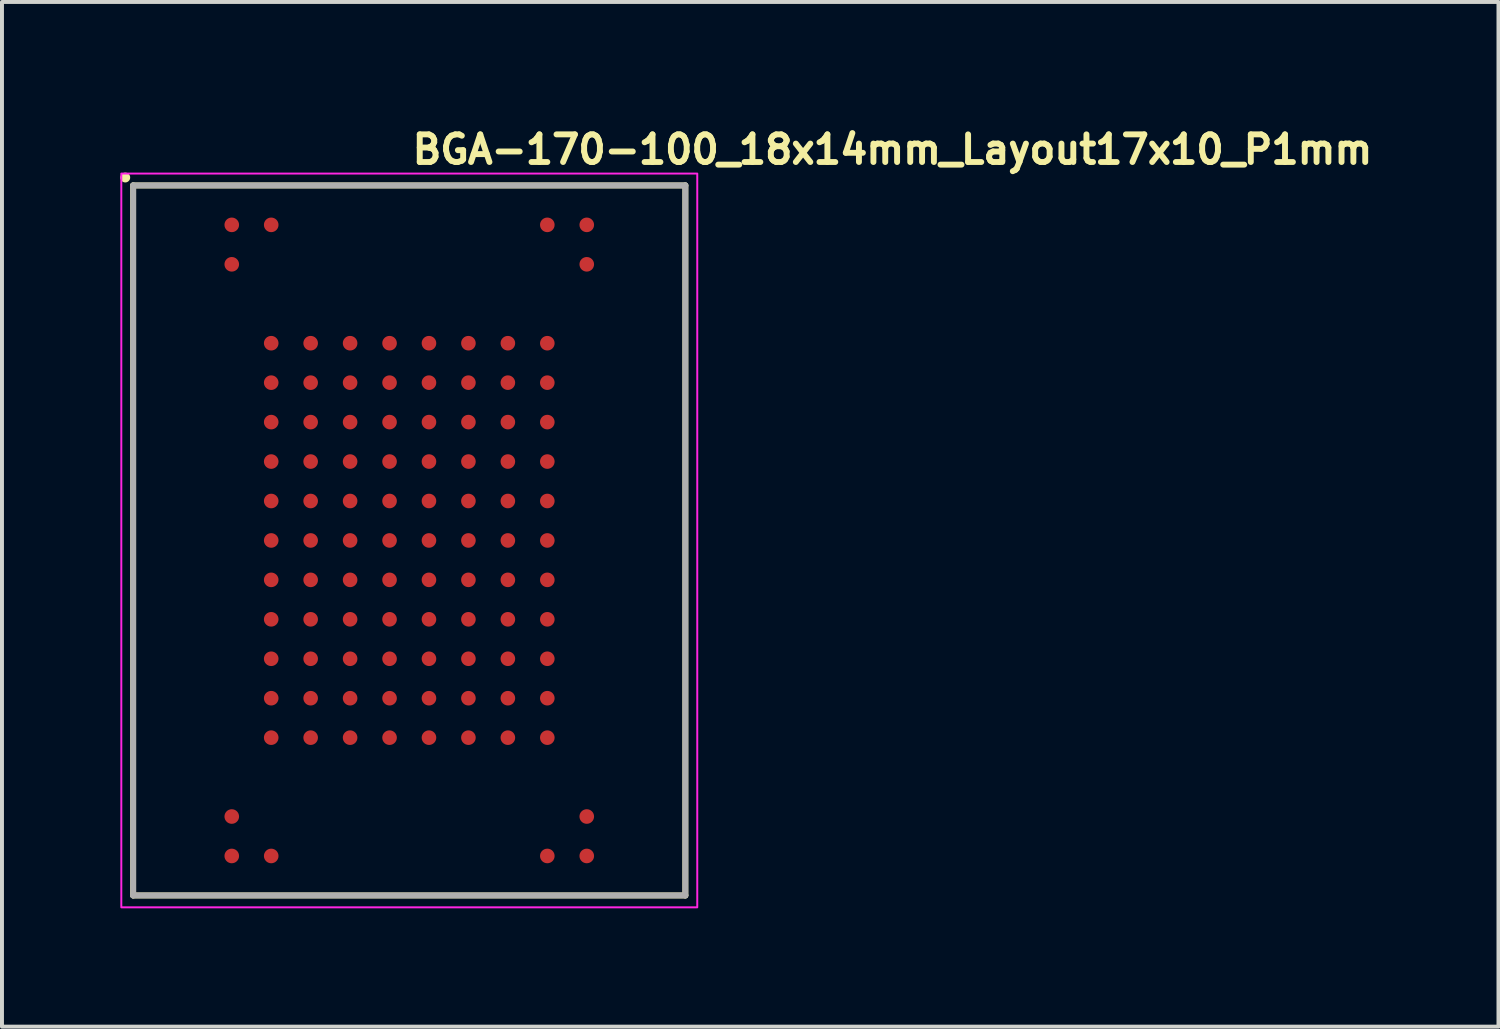
<source format=kicad_pcb>
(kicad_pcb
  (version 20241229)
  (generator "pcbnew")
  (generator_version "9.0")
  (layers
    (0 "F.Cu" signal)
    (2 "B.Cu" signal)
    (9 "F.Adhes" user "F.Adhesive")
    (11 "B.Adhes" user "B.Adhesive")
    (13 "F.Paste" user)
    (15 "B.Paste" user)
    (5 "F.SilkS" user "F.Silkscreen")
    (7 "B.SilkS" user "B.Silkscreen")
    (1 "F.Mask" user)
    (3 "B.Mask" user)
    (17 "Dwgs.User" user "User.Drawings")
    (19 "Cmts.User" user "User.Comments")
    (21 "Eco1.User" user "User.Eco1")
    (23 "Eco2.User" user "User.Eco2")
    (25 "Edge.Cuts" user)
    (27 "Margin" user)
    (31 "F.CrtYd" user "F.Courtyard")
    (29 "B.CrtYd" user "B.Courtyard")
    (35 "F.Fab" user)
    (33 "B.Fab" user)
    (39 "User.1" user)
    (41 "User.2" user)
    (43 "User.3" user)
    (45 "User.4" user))
  (footprint "BGA-170-100_18x14mm_Layout17x10_P1mm"
    (layer "F.Cu")
    (at 7.325 10.65)
    (property "Reference" "BGA-170-100_18x14mm_Layout17x10_P1mm" (at 0 -9.5 0) (layer "F.SilkS") (effects (font (size 0.7 0.7) (thickness 0.15)) (justify left bottom)))
    (attr smd)
    (fp_line (start -7 8.999) (end -7 -9) (stroke (width 0.15) (type solid)) (layer "F.SilkS"))
    (fp_line (start 6.998 -9) (end -7 -9) (stroke (width 0.15) (type solid)) (layer "F.SilkS"))
    (fp_line (start 6.998 8.999) (end -7 8.999) (stroke (width 0.15) (type solid)) (layer "F.SilkS"))
    (fp_line (start 6.998 8.999) (end 6.998 -9) (stroke (width 0.15) (type solid)) (layer "F.SilkS"))
    (fp_circle (center -7.2 -9.2) (end -7.15 -9.2) (stroke (width 0.15) (type solid)) (fill yes) (layer "F.SilkS"))
    (fp_rect (start -7.3 -9.3) (end 7.3 9.3) (stroke (width 0.05) (type solid)) (fill no) (layer "F.CrtYd"))
    (fp_line (start -7 8.999) (end -7 -9) (stroke (width 0.15) (type solid)) (layer "F.Fab"))
    (fp_line (start 6.998 -9) (end -7 -9) (stroke (width 0.15) (type solid)) (layer "F.Fab"))
    (fp_line (start 6.998 8.999) (end -7 8.999) (stroke (width 0.15) (type solid)) (layer "F.Fab"))
    (fp_line (start 6.998 8.999) (end 6.998 -9) (stroke (width 0.15) (type solid)) (layer "F.Fab"))
    (fp_rect (start -7 -9) (end 6.998 8.999) (stroke (width 0.1) (type solid)) (fill no) (layer "User.5"))
    (fp_line (start -7 -9) (end 6.998 -9) (stroke (width 0.02) (type solid)) (layer "User.9"))
    (fp_line (start -7 8.999) (end -7 -9) (stroke (width 0.02) (type solid)) (layer "User.9"))
    (fp_line (start -6.417 -7.853) (end -6.417 -7.833) (stroke (width 0.02) (type solid)) (layer "User.9"))
    (fp_line (start -6.417 -7.853) (end -6.417 -7.833) (stroke (width 0.02) (type solid)) (layer "User.9"))
    (fp_line (start -6.417 -7.833) (end -6.416 -7.795) (stroke (width 0.02) (type solid)) (layer "User.9"))
    (fp_line (start -6.417 -7.833) (end -6.416 -7.795) (stroke (width 0.02) (type solid)) (layer "User.9"))
    (fp_line (start -6.416 -7.873) (end -6.417 -7.853) (stroke (width 0.02) (type solid)) (layer "User.9"))
    (fp_line (start -6.416 -7.873) (end -6.417 -7.853) (stroke (width 0.02) (type solid)) (layer "User.9"))
    (fp_line (start -6.416 -7.795) (end -6.412 -7.756) (stroke (width 0.02) (type solid)) (layer "User.9"))
    (fp_line (start -6.416 -7.795) (end -6.412 -7.756) (stroke (width 0.02) (type solid)) (layer "User.9"))
    (fp_line (start -6.414 -7.892) (end -6.416 -7.873) (stroke (width 0.02) (type solid)) (layer "User.9"))
    (fp_line (start -6.414 -7.892) (end -6.416 -7.873) (stroke (width 0.02) (type solid)) (layer "User.9"))
    (fp_line (start -6.412 -7.91) (end -6.414 -7.892) (stroke (width 0.02) (type solid)) (layer "User.9"))
    (fp_line (start -6.412 -7.91) (end -6.414 -7.892) (stroke (width 0.02) (type solid)) (layer "User.9"))
    (fp_line (start -6.412 -7.756) (end -6.406 -7.719) (stroke (width 0.02) (type solid)) (layer "User.9"))
    (fp_line (start -6.412 -7.756) (end -6.406 -7.719) (stroke (width 0.02) (type solid)) (layer "User.9"))
    (fp_line (start -6.409 -7.93) (end -6.412 -7.91) (stroke (width 0.02) (type solid)) (layer "User.9"))
    (fp_line (start -6.409 -7.93) (end -6.412 -7.91) (stroke (width 0.02) (type solid)) (layer "User.9"))
    (fp_line (start -6.406 -7.949) (end -6.409 -7.93) (stroke (width 0.02) (type solid)) (layer "User.9"))
    (fp_line (start -6.406 -7.949) (end -6.409 -7.93) (stroke (width 0.02) (type solid)) (layer "User.9"))
    (fp_line (start -6.406 -7.719) (end -6.397 -7.682) (stroke (width 0.02) (type solid)) (layer "User.9"))
    (fp_line (start -6.406 -7.719) (end -6.397 -7.682) (stroke (width 0.02) (type solid)) (layer "User.9"))
    (fp_line (start -6.402 -7.968) (end -6.406 -7.949) (stroke (width 0.02) (type solid)) (layer "User.9"))
    (fp_line (start -6.402 -7.968) (end -6.406 -7.949) (stroke (width 0.02) (type solid)) (layer "User.9"))
    (fp_line (start -6.397 -7.986) (end -6.402 -7.968) (stroke (width 0.02) (type solid)) (layer "User.9"))
    (fp_line (start -6.397 -7.986) (end -6.402 -7.968) (stroke (width 0.02) (type solid)) (layer "User.9"))
    (fp_line (start -6.397 -7.682) (end -6.386 -7.644) (stroke (width 0.02) (type solid)) (layer "User.9"))
    (fp_line (start -6.397 -7.682) (end -6.386 -7.644) (stroke (width 0.02) (type solid)) (layer "User.9"))
    (fp_line (start -6.392 -8.003) (end -6.397 -7.986) (stroke (width 0.02) (type solid)) (layer "User.9"))
    (fp_line (start -6.392 -8.003) (end -6.397 -7.986) (stroke (width 0.02) (type solid)) (layer "User.9"))
    (fp_line (start -6.386 -8.022) (end -6.392 -8.003) (stroke (width 0.02) (type solid)) (layer "User.9"))
    (fp_line (start -6.386 -8.022) (end -6.392 -8.003) (stroke (width 0.02) (type solid)) (layer "User.9"))
    (fp_line (start -6.386 -7.644) (end -6.372 -7.61) (stroke (width 0.02) (type solid)) (layer "User.9"))
    (fp_line (start -6.386 -7.644) (end -6.372 -7.61) (stroke (width 0.02) (type solid)) (layer "User.9"))
    (fp_line (start -6.378 -8.038) (end -6.386 -8.022) (stroke (width 0.02) (type solid)) (layer "User.9"))
    (fp_line (start -6.378 -8.038) (end -6.386 -8.022) (stroke (width 0.02) (type solid)) (layer "User.9"))
    (fp_line (start -6.372 -8.058) (end -6.378 -8.038) (stroke (width 0.02) (type solid)) (layer "User.9"))
    (fp_line (start -6.372 -8.058) (end -6.378 -8.038) (stroke (width 0.02) (type solid)) (layer "User.9"))
    (fp_line (start -6.372 -7.61) (end -6.357 -7.575) (stroke (width 0.02) (type solid)) (layer "User.9"))
    (fp_line (start -6.372 -7.61) (end -6.357 -7.575) (stroke (width 0.02) (type solid)) (layer "User.9"))
    (fp_line (start -6.365 -8.074) (end -6.372 -8.058) (stroke (width 0.02) (type solid)) (layer "User.9"))
    (fp_line (start -6.365 -8.074) (end -6.372 -8.058) (stroke (width 0.02) (type solid)) (layer "User.9"))
    (fp_line (start -6.357 -8.092) (end -6.365 -8.074) (stroke (width 0.02) (type solid)) (layer "User.9"))
    (fp_line (start -6.357 -8.092) (end -6.365 -8.074) (stroke (width 0.02) (type solid)) (layer "User.9"))
    (fp_line (start -6.357 -7.575) (end -6.339 -7.542) (stroke (width 0.02) (type solid)) (layer "User.9"))
    (fp_line (start -6.357 -7.575) (end -6.339 -7.542) (stroke (width 0.02) (type solid)) (layer "User.9"))
    (fp_line (start -6.348 -8.109) (end -6.357 -8.092) (stroke (width 0.02) (type solid)) (layer "User.9"))
    (fp_line (start -6.348 -8.109) (end -6.357 -8.092) (stroke (width 0.02) (type solid)) (layer "User.9"))
    (fp_line (start -6.339 -8.125) (end -6.348 -8.109) (stroke (width 0.02) (type solid)) (layer "User.9"))
    (fp_line (start -6.339 -8.125) (end -6.348 -8.109) (stroke (width 0.02) (type solid)) (layer "User.9"))
    (fp_line (start -6.339 -7.542) (end -6.319 -7.51) (stroke (width 0.02) (type solid)) (layer "User.9"))
    (fp_line (start -6.339 -7.542) (end -6.319 -7.51) (stroke (width 0.02) (type solid)) (layer "User.9"))
    (fp_line (start -6.329 -8.141) (end -6.339 -8.125) (stroke (width 0.02) (type solid)) (layer "User.9"))
    (fp_line (start -6.329 -8.141) (end -6.339 -8.125) (stroke (width 0.02) (type solid)) (layer "User.9"))
    (fp_line (start -6.319 -8.157) (end -6.329 -8.141) (stroke (width 0.02) (type solid)) (layer "User.9"))
    (fp_line (start -6.319 -8.157) (end -6.329 -8.141) (stroke (width 0.02) (type solid)) (layer "User.9"))
    (fp_line (start -6.319 -7.51) (end -6.297 -7.479) (stroke (width 0.02) (type solid)) (layer "User.9"))
    (fp_line (start -6.319 -7.51) (end -6.297 -7.479) (stroke (width 0.02) (type solid)) (layer "User.9"))
    (fp_line (start -6.308 -8.173) (end -6.319 -8.157) (stroke (width 0.02) (type solid)) (layer "User.9"))
    (fp_line (start -6.308 -8.173) (end -6.319 -8.157) (stroke (width 0.02) (type solid)) (layer "User.9"))
    (fp_line (start -6.297 -8.188) (end -6.308 -8.173) (stroke (width 0.02) (type solid)) (layer "User.9"))
    (fp_line (start -6.297 -8.188) (end -6.308 -8.173) (stroke (width 0.02) (type solid)) (layer "User.9"))
    (fp_line (start -6.297 -7.479) (end -6.273 -7.45) (stroke (width 0.02) (type solid)) (layer "User.9"))
    (fp_line (start -6.297 -7.479) (end -6.273 -7.45) (stroke (width 0.02) (type solid)) (layer "User.9"))
    (fp_line (start -6.285 -8.203) (end -6.297 -8.188) (stroke (width 0.02) (type solid)) (layer "User.9"))
    (fp_line (start -6.285 -8.203) (end -6.297 -8.188) (stroke (width 0.02) (type solid)) (layer "User.9"))
    (fp_line (start -6.273 -8.218) (end -6.285 -8.203) (stroke (width 0.02) (type solid)) (layer "User.9"))
    (fp_line (start -6.273 -8.218) (end -6.285 -8.203) (stroke (width 0.02) (type solid)) (layer "User.9"))
    (fp_line (start -6.273 -7.45) (end -6.247 -7.422) (stroke (width 0.02) (type solid)) (layer "User.9"))
    (fp_line (start -6.273 -7.45) (end -6.247 -7.422) (stroke (width 0.02) (type solid)) (layer "User.9"))
    (fp_line (start -6.26 -8.232) (end -6.273 -8.218) (stroke (width 0.02) (type solid)) (layer "User.9"))
    (fp_line (start -6.26 -8.232) (end -6.273 -8.218) (stroke (width 0.02) (type solid)) (layer "User.9"))
    (fp_line (start -6.247 -8.244) (end -6.26 -8.232) (stroke (width 0.02) (type solid)) (layer "User.9"))
    (fp_line (start -6.247 -8.244) (end -6.26 -8.232) (stroke (width 0.02) (type solid)) (layer "User.9"))
    (fp_line (start -6.247 -7.422) (end -6.219 -7.396) (stroke (width 0.02) (type solid)) (layer "User.9"))
    (fp_line (start -6.247 -7.422) (end -6.219 -7.396) (stroke (width 0.02) (type solid)) (layer "User.9"))
    (fp_line (start -6.234 -8.259) (end -6.247 -8.244) (stroke (width 0.02) (type solid)) (layer "User.9"))
    (fp_line (start -6.234 -8.259) (end -6.247 -8.244) (stroke (width 0.02) (type solid)) (layer "User.9"))
    (fp_line (start -6.219 -8.272) (end -6.234 -8.259) (stroke (width 0.02) (type solid)) (layer "User.9"))
    (fp_line (start -6.219 -8.272) (end -6.234 -8.259) (stroke (width 0.02) (type solid)) (layer "User.9"))
    (fp_line (start -6.219 -7.396) (end -6.19 -7.372) (stroke (width 0.02) (type solid)) (layer "User.9"))
    (fp_line (start -6.219 -7.396) (end -6.19 -7.372) (stroke (width 0.02) (type solid)) (layer "User.9"))
    (fp_line (start -6.205 -8.284) (end -6.219 -8.272) (stroke (width 0.02) (type solid)) (layer "User.9"))
    (fp_line (start -6.205 -8.284) (end -6.219 -8.272) (stroke (width 0.02) (type solid)) (layer "User.9"))
    (fp_line (start -6.19 -8.296) (end -6.205 -8.284) (stroke (width 0.02) (type solid)) (layer "User.9"))
    (fp_line (start -6.19 -8.296) (end -6.205 -8.284) (stroke (width 0.02) (type solid)) (layer "User.9"))
    (fp_line (start -6.19 -7.372) (end -6.159 -7.349) (stroke (width 0.02) (type solid)) (layer "User.9"))
    (fp_line (start -6.19 -7.372) (end -6.159 -7.349) (stroke (width 0.02) (type solid)) (layer "User.9"))
    (fp_line (start -6.174 -8.307) (end -6.19 -8.296) (stroke (width 0.02) (type solid)) (layer "User.9"))
    (fp_line (start -6.174 -8.307) (end -6.19 -8.296) (stroke (width 0.02) (type solid)) (layer "User.9"))
    (fp_line (start -6.159 -8.318) (end -6.174 -8.307) (stroke (width 0.02) (type solid)) (layer "User.9"))
    (fp_line (start -6.159 -8.318) (end -6.174 -8.307) (stroke (width 0.02) (type solid)) (layer "User.9"))
    (fp_line (start -6.159 -7.349) (end -6.126 -7.329) (stroke (width 0.02) (type solid)) (layer "User.9"))
    (fp_line (start -6.159 -7.349) (end -6.126 -7.329) (stroke (width 0.02) (type solid)) (layer "User.9"))
    (fp_line (start -6.142 -8.329) (end -6.159 -8.318) (stroke (width 0.02) (type solid)) (layer "User.9"))
    (fp_line (start -6.142 -8.329) (end -6.159 -8.318) (stroke (width 0.02) (type solid)) (layer "User.9"))
    (fp_line (start -6.126 -8.339) (end -6.142 -8.329) (stroke (width 0.02) (type solid)) (layer "User.9"))
    (fp_line (start -6.126 -8.339) (end -6.142 -8.329) (stroke (width 0.02) (type solid)) (layer "User.9"))
    (fp_line (start -6.126 -8.339) (end -6.126 -8.339) (stroke (width 0.02) (type solid)) (layer "User.9"))
    (fp_line (start -6.126 -8.339) (end -6.126 -8.339) (stroke (width 0.02) (type solid)) (layer "User.9"))
    (fp_line (start -6.126 -7.329) (end -6.126 -7.329) (stroke (width 0.02) (type solid)) (layer "User.9"))
    (fp_line (start -6.126 -7.329) (end -6.126 -7.329) (stroke (width 0.02) (type solid)) (layer "User.9"))
    (fp_line (start -6.126 -7.329) (end -6.091 -7.309) (stroke (width 0.02) (type solid)) (layer "User.9"))
    (fp_line (start -6.126 -7.329) (end -6.091 -7.309) (stroke (width 0.02) (type solid)) (layer "User.9"))
    (fp_line (start -6.091 -8.357) (end -6.126 -8.339) (stroke (width 0.02) (type solid)) (layer "User.9"))
    (fp_line (start -6.091 -8.357) (end -6.126 -8.339) (stroke (width 0.02) (type solid)) (layer "User.9"))
    (fp_line (start -6.091 -7.309) (end -6.056 -7.293) (stroke (width 0.02) (type solid)) (layer "User.9"))
    (fp_line (start -6.091 -7.309) (end -6.056 -7.293) (stroke (width 0.02) (type solid)) (layer "User.9"))
    (fp_line (start -6.056 -8.373) (end -6.091 -8.357) (stroke (width 0.02) (type solid)) (layer "User.9"))
    (fp_line (start -6.056 -8.373) (end -6.091 -8.357) (stroke (width 0.02) (type solid)) (layer "User.9"))
    (fp_line (start -6.056 -7.293) (end -6.019 -7.28) (stroke (width 0.02) (type solid)) (layer "User.9"))
    (fp_line (start -6.056 -7.293) (end -6.019 -7.28) (stroke (width 0.02) (type solid)) (layer "User.9"))
    (fp_line (start -6.019 -8.387) (end -6.056 -8.373) (stroke (width 0.02) (type solid)) (layer "User.9"))
    (fp_line (start -6.019 -8.387) (end -6.056 -8.373) (stroke (width 0.02) (type solid)) (layer "User.9"))
    (fp_line (start -6.019 -7.28) (end -5.984 -7.269) (stroke (width 0.02) (type solid)) (layer "User.9"))
    (fp_line (start -6.019 -7.28) (end -5.984 -7.269) (stroke (width 0.02) (type solid)) (layer "User.9"))
    (fp_line (start -5.984 -8.398) (end -6.019 -8.387) (stroke (width 0.02) (type solid)) (layer "User.9"))
    (fp_line (start -5.984 -8.398) (end -6.019 -8.387) (stroke (width 0.02) (type solid)) (layer "User.9"))
    (fp_line (start -5.984 -7.269) (end -5.947 -7.261) (stroke (width 0.02) (type solid)) (layer "User.9"))
    (fp_line (start -5.984 -7.269) (end -5.947 -7.261) (stroke (width 0.02) (type solid)) (layer "User.9"))
    (fp_line (start -5.947 -8.406) (end -5.984 -8.398) (stroke (width 0.02) (type solid)) (layer "User.9"))
    (fp_line (start -5.947 -8.406) (end -5.984 -8.398) (stroke (width 0.02) (type solid)) (layer "User.9"))
    (fp_line (start -5.947 -7.261) (end -5.909 -7.255) (stroke (width 0.02) (type solid)) (layer "User.9"))
    (fp_line (start -5.947 -7.261) (end -5.909 -7.255) (stroke (width 0.02) (type solid)) (layer "User.9"))
    (fp_line (start -5.909 -8.412) (end -5.947 -8.406) (stroke (width 0.02) (type solid)) (layer "User.9"))
    (fp_line (start -5.909 -8.412) (end -5.947 -8.406) (stroke (width 0.02) (type solid)) (layer "User.9"))
    (fp_line (start -5.909 -7.255) (end -5.872 -7.252) (stroke (width 0.02) (type solid)) (layer "User.9"))
    (fp_line (start -5.909 -7.255) (end -5.872 -7.252) (stroke (width 0.02) (type solid)) (layer "User.9"))
    (fp_line (start -5.872 -8.416) (end -5.909 -8.412) (stroke (width 0.02) (type solid)) (layer "User.9"))
    (fp_line (start -5.872 -8.416) (end -5.909 -8.412) (stroke (width 0.02) (type solid)) (layer "User.9"))
    (fp_line (start -5.872 -7.252) (end -5.833 -7.25) (stroke (width 0.02) (type solid)) (layer "User.9"))
    (fp_line (start -5.872 -7.252) (end -5.833 -7.25) (stroke (width 0.02) (type solid)) (layer "User.9"))
    (fp_line (start -5.833 -8.417) (end -5.872 -8.416) (stroke (width 0.02) (type solid)) (layer "User.9"))
    (fp_line (start -5.833 -8.417) (end -5.872 -8.416) (stroke (width 0.02) (type solid)) (layer "User.9"))
    (fp_line (start -5.833 -7.25) (end -5.796 -7.252) (stroke (width 0.02) (type solid)) (layer "User.9"))
    (fp_line (start -5.833 -7.25) (end -5.796 -7.252) (stroke (width 0.02) (type solid)) (layer "User.9"))
    (fp_line (start -5.796 -8.416) (end -5.833 -8.417) (stroke (width 0.02) (type solid)) (layer "User.9"))
    (fp_line (start -5.796 -8.416) (end -5.833 -8.417) (stroke (width 0.02) (type solid)) (layer "User.9"))
    (fp_line (start -5.796 -7.252) (end -5.758 -7.255) (stroke (width 0.02) (type solid)) (layer "User.9"))
    (fp_line (start -5.796 -7.252) (end -5.758 -7.255) (stroke (width 0.02) (type solid)) (layer "User.9"))
    (fp_line (start -5.758 -8.412) (end -5.796 -8.416) (stroke (width 0.02) (type solid)) (layer "User.9"))
    (fp_line (start -5.758 -8.412) (end -5.796 -8.416) (stroke (width 0.02) (type solid)) (layer "User.9"))
    (fp_line (start -5.758 -7.255) (end -5.721 -7.261) (stroke (width 0.02) (type solid)) (layer "User.9"))
    (fp_line (start -5.758 -7.255) (end -5.721 -7.261) (stroke (width 0.02) (type solid)) (layer "User.9"))
    (fp_line (start -5.721 -8.406) (end -5.758 -8.412) (stroke (width 0.02) (type solid)) (layer "User.9"))
    (fp_line (start -5.721 -8.406) (end -5.758 -8.412) (stroke (width 0.02) (type solid)) (layer "User.9"))
    (fp_line (start -5.721 -7.261) (end -5.684 -7.269) (stroke (width 0.02) (type solid)) (layer "User.9"))
    (fp_line (start -5.721 -7.261) (end -5.684 -7.269) (stroke (width 0.02) (type solid)) (layer "User.9"))
    (fp_line (start -5.684 -8.398) (end -5.721 -8.406) (stroke (width 0.02) (type solid)) (layer "User.9"))
    (fp_line (start -5.684 -8.398) (end -5.721 -8.406) (stroke (width 0.02) (type solid)) (layer "User.9"))
    (fp_line (start -5.684 -7.269) (end -5.648 -7.28) (stroke (width 0.02) (type solid)) (layer "User.9"))
    (fp_line (start -5.684 -7.269) (end -5.648 -7.28) (stroke (width 0.02) (type solid)) (layer "User.9"))
    (fp_line (start -5.648 -8.387) (end -5.684 -8.398) (stroke (width 0.02) (type solid)) (layer "User.9"))
    (fp_line (start -5.648 -8.387) (end -5.684 -8.398) (stroke (width 0.02) (type solid)) (layer "User.9"))
    (fp_line (start -5.648 -7.28) (end -5.612 -7.293) (stroke (width 0.02) (type solid)) (layer "User.9"))
    (fp_line (start -5.648 -7.28) (end -5.612 -7.293) (stroke (width 0.02) (type solid)) (layer "User.9"))
    (fp_line (start -5.612 -8.373) (end -5.648 -8.387) (stroke (width 0.02) (type solid)) (layer "User.9"))
    (fp_line (start -5.612 -8.373) (end -5.648 -8.387) (stroke (width 0.02) (type solid)) (layer "User.9"))
    (fp_line (start -5.612 -7.293) (end -5.575 -7.309) (stroke (width 0.02) (type solid)) (layer "User.9"))
    (fp_line (start -5.612 -7.293) (end -5.575 -7.309) (stroke (width 0.02) (type solid)) (layer "User.9"))
    (fp_line (start -5.575 -8.357) (end -5.612 -8.373) (stroke (width 0.02) (type solid)) (layer "User.9"))
    (fp_line (start -5.575 -8.357) (end -5.612 -8.373) (stroke (width 0.02) (type solid)) (layer "User.9"))
    (fp_line (start -5.575 -7.309) (end -5.542 -7.329) (stroke (width 0.02) (type solid)) (layer "User.9"))
    (fp_line (start -5.575 -7.309) (end -5.542 -7.329) (stroke (width 0.02) (type solid)) (layer "User.9"))
    (fp_line (start -5.542 -8.339) (end -5.575 -8.357) (stroke (width 0.02) (type solid)) (layer "User.9"))
    (fp_line (start -5.542 -8.339) (end -5.575 -8.357) (stroke (width 0.02) (type solid)) (layer "User.9"))
    (fp_line (start -5.542 -8.339) (end -5.542 -8.339) (stroke (width 0.02) (type solid)) (layer "User.9"))
    (fp_line (start -5.542 -8.339) (end -5.542 -8.339) (stroke (width 0.02) (type solid)) (layer "User.9"))
    (fp_line (start -5.542 -7.329) (end -5.542 -7.329) (stroke (width 0.02) (type solid)) (layer "User.9"))
    (fp_line (start -5.542 -7.329) (end -5.542 -7.329) (stroke (width 0.02) (type solid)) (layer "User.9"))
    (fp_line (start -5.542 -7.329) (end -5.525 -7.339) (stroke (width 0.02) (type solid)) (layer "User.9"))
    (fp_line (start -5.542 -7.329) (end -5.525 -7.339) (stroke (width 0.02) (type solid)) (layer "User.9"))
    (fp_line (start -5.525 -7.339) (end -5.509 -7.349) (stroke (width 0.02) (type solid)) (layer "User.9"))
    (fp_line (start -5.525 -7.339) (end -5.509 -7.349) (stroke (width 0.02) (type solid)) (layer "User.9"))
    (fp_line (start -5.509 -8.318) (end -5.542 -8.339) (stroke (width 0.02) (type solid)) (layer "User.9"))
    (fp_line (start -5.509 -8.318) (end -5.542 -8.339) (stroke (width 0.02) (type solid)) (layer "User.9"))
    (fp_line (start -5.509 -7.349) (end -5.493 -7.36) (stroke (width 0.02) (type solid)) (layer "User.9"))
    (fp_line (start -5.509 -7.349) (end -5.493 -7.36) (stroke (width 0.02) (type solid)) (layer "User.9"))
    (fp_line (start -5.493 -7.36) (end -5.478 -7.372) (stroke (width 0.02) (type solid)) (layer "User.9"))
    (fp_line (start -5.493 -7.36) (end -5.478 -7.372) (stroke (width 0.02) (type solid)) (layer "User.9"))
    (fp_line (start -5.478 -8.296) (end -5.509 -8.318) (stroke (width 0.02) (type solid)) (layer "User.9"))
    (fp_line (start -5.478 -8.296) (end -5.509 -8.318) (stroke (width 0.02) (type solid)) (layer "User.9"))
    (fp_line (start -5.478 -7.372) (end -5.463 -7.384) (stroke (width 0.02) (type solid)) (layer "User.9"))
    (fp_line (start -5.478 -7.372) (end -5.463 -7.384) (stroke (width 0.02) (type solid)) (layer "User.9"))
    (fp_line (start -5.463 -7.384) (end -5.448 -7.396) (stroke (width 0.02) (type solid)) (layer "User.9"))
    (fp_line (start -5.463 -7.384) (end -5.448 -7.396) (stroke (width 0.02) (type solid)) (layer "User.9"))
    (fp_line (start -5.448 -8.272) (end -5.478 -8.296) (stroke (width 0.02) (type solid)) (layer "User.9"))
    (fp_line (start -5.448 -8.272) (end -5.478 -8.296) (stroke (width 0.02) (type solid)) (layer "User.9"))
    (fp_line (start -5.448 -7.396) (end -5.434 -7.409) (stroke (width 0.02) (type solid)) (layer "User.9"))
    (fp_line (start -5.448 -7.396) (end -5.434 -7.409) (stroke (width 0.02) (type solid)) (layer "User.9"))
    (fp_line (start -5.434 -7.409) (end -5.42 -7.422) (stroke (width 0.02) (type solid)) (layer "User.9"))
    (fp_line (start -5.434 -7.409) (end -5.42 -7.422) (stroke (width 0.02) (type solid)) (layer "User.9"))
    (fp_line (start -5.42 -8.244) (end -5.448 -8.272) (stroke (width 0.02) (type solid)) (layer "User.9"))
    (fp_line (start -5.42 -8.244) (end -5.448 -8.272) (stroke (width 0.02) (type solid)) (layer "User.9"))
    (fp_line (start -5.42 -7.422) (end -5.407 -7.436) (stroke (width 0.02) (type solid)) (layer "User.9"))
    (fp_line (start -5.42 -7.422) (end -5.407 -7.436) (stroke (width 0.02) (type solid)) (layer "User.9"))
    (fp_line (start -5.407 -7.436) (end -5.394 -7.45) (stroke (width 0.02) (type solid)) (layer "User.9"))
    (fp_line (start -5.407 -7.436) (end -5.394 -7.45) (stroke (width 0.02) (type solid)) (layer "User.9"))
    (fp_line (start -5.394 -8.218) (end -5.42 -8.244) (stroke (width 0.02) (type solid)) (layer "User.9"))
    (fp_line (start -5.394 -8.218) (end -5.42 -8.244) (stroke (width 0.02) (type solid)) (layer "User.9"))
    (fp_line (start -5.394 -7.45) (end -5.382 -7.464) (stroke (width 0.02) (type solid)) (layer "User.9"))
    (fp_line (start -5.394 -7.45) (end -5.382 -7.464) (stroke (width 0.02) (type solid)) (layer "User.9"))
    (fp_line (start -5.382 -7.464) (end -5.371 -7.479) (stroke (width 0.02) (type solid)) (layer "User.9"))
    (fp_line (start -5.382 -7.464) (end -5.371 -7.479) (stroke (width 0.02) (type solid)) (layer "User.9"))
    (fp_line (start -5.371 -8.188) (end -5.394 -8.218) (stroke (width 0.02) (type solid)) (layer "User.9"))
    (fp_line (start -5.371 -8.188) (end -5.394 -8.218) (stroke (width 0.02) (type solid)) (layer "User.9"))
    (fp_line (start -5.371 -7.479) (end -5.359 -7.495) (stroke (width 0.02) (type solid)) (layer "User.9"))
    (fp_line (start -5.371 -7.479) (end -5.359 -7.495) (stroke (width 0.02) (type solid)) (layer "User.9"))
    (fp_line (start -5.359 -7.495) (end -5.349 -7.51) (stroke (width 0.02) (type solid)) (layer "User.9"))
    (fp_line (start -5.359 -7.495) (end -5.349 -7.51) (stroke (width 0.02) (type solid)) (layer "User.9"))
    (fp_line (start -5.349 -8.157) (end -5.371 -8.188) (stroke (width 0.02) (type solid)) (layer "User.9"))
    (fp_line (start -5.349 -8.157) (end -5.371 -8.188) (stroke (width 0.02) (type solid)) (layer "User.9"))
    (fp_line (start -5.349 -7.51) (end -5.338 -7.526) (stroke (width 0.02) (type solid)) (layer "User.9"))
    (fp_line (start -5.349 -7.51) (end -5.338 -7.526) (stroke (width 0.02) (type solid)) (layer "User.9"))
    (fp_line (start -5.338 -7.526) (end -5.329 -7.542) (stroke (width 0.02) (type solid)) (layer "User.9"))
    (fp_line (start -5.338 -7.526) (end -5.329 -7.542) (stroke (width 0.02) (type solid)) (layer "User.9"))
    (fp_line (start -5.329 -8.125) (end -5.349 -8.157) (stroke (width 0.02) (type solid)) (layer "User.9"))
    (fp_line (start -5.329 -8.125) (end -5.349 -8.157) (stroke (width 0.02) (type solid)) (layer "User.9"))
    (fp_line (start -5.329 -7.542) (end -5.319 -7.559) (stroke (width 0.02) (type solid)) (layer "User.9"))
    (fp_line (start -5.329 -7.542) (end -5.319 -7.559) (stroke (width 0.02) (type solid)) (layer "User.9"))
    (fp_line (start -5.319 -7.559) (end -5.311 -7.575) (stroke (width 0.02) (type solid)) (layer "User.9"))
    (fp_line (start -5.319 -7.559) (end -5.311 -7.575) (stroke (width 0.02) (type solid)) (layer "User.9"))
    (fp_line (start -5.311 -8.092) (end -5.329 -8.125) (stroke (width 0.02) (type solid)) (layer "User.9"))
    (fp_line (start -5.311 -8.092) (end -5.329 -8.125) (stroke (width 0.02) (type solid)) (layer "User.9"))
    (fp_line (start -5.311 -7.575) (end -5.303 -7.593) (stroke (width 0.02) (type solid)) (layer "User.9"))
    (fp_line (start -5.311 -7.575) (end -5.303 -7.593) (stroke (width 0.02) (type solid)) (layer "User.9"))
    (fp_line (start -5.303 -7.593) (end -5.295 -7.61) (stroke (width 0.02) (type solid)) (layer "User.9"))
    (fp_line (start -5.303 -7.593) (end -5.295 -7.61) (stroke (width 0.02) (type solid)) (layer "User.9"))
    (fp_line (start -5.295 -8.058) (end -5.311 -8.092) (stroke (width 0.02) (type solid)) (layer "User.9"))
    (fp_line (start -5.295 -8.058) (end -5.311 -8.092) (stroke (width 0.02) (type solid)) (layer "User.9"))
    (fp_line (start -5.295 -7.61) (end -5.288 -7.627) (stroke (width 0.02) (type solid)) (layer "User.9"))
    (fp_line (start -5.295 -7.61) (end -5.288 -7.627) (stroke (width 0.02) (type solid)) (layer "User.9"))
    (fp_line (start -5.288 -7.627) (end -5.282 -7.644) (stroke (width 0.02) (type solid)) (layer "User.9"))
    (fp_line (start -5.288 -7.627) (end -5.282 -7.644) (stroke (width 0.02) (type solid)) (layer "User.9"))
    (fp_line (start -5.282 -8.022) (end -5.295 -8.058) (stroke (width 0.02) (type solid)) (layer "User.9"))
    (fp_line (start -5.282 -8.022) (end -5.295 -8.058) (stroke (width 0.02) (type solid)) (layer "User.9"))
    (fp_line (start -5.282 -7.644) (end -5.276 -7.663) (stroke (width 0.02) (type solid)) (layer "User.9"))
    (fp_line (start -5.282 -7.644) (end -5.276 -7.663) (stroke (width 0.02) (type solid)) (layer "User.9"))
    (fp_line (start -5.276 -7.663) (end -5.271 -7.682) (stroke (width 0.02) (type solid)) (layer "User.9"))
    (fp_line (start -5.276 -7.663) (end -5.271 -7.682) (stroke (width 0.02) (type solid)) (layer "User.9"))
    (fp_line (start -5.271 -7.986) (end -5.282 -8.022) (stroke (width 0.02) (type solid)) (layer "User.9"))
    (fp_line (start -5.271 -7.986) (end -5.282 -8.022) (stroke (width 0.02) (type solid)) (layer "User.9"))
    (fp_line (start -5.271 -7.682) (end -5.266 -7.7) (stroke (width 0.02) (type solid)) (layer "User.9"))
    (fp_line (start -5.271 -7.682) (end -5.266 -7.7) (stroke (width 0.02) (type solid)) (layer "User.9"))
    (fp_line (start -5.266 -7.7) (end -5.261 -7.719) (stroke (width 0.02) (type solid)) (layer "User.9"))
    (fp_line (start -5.266 -7.7) (end -5.261 -7.719) (stroke (width 0.02) (type solid)) (layer "User.9"))
    (fp_line (start -5.261 -7.949) (end -5.271 -7.986) (stroke (width 0.02) (type solid)) (layer "User.9"))
    (fp_line (start -5.261 -7.949) (end -5.271 -7.986) (stroke (width 0.02) (type solid)) (layer "User.9"))
    (fp_line (start -5.261 -7.719) (end -5.258 -7.738) (stroke (width 0.02) (type solid)) (layer "User.9"))
    (fp_line (start -5.261 -7.719) (end -5.258 -7.738) (stroke (width 0.02) (type solid)) (layer "User.9"))
    (fp_line (start -5.258 -7.738) (end -5.256 -7.756) (stroke (width 0.02) (type solid)) (layer "User.9"))
    (fp_line (start -5.258 -7.738) (end -5.256 -7.756) (stroke (width 0.02) (type solid)) (layer "User.9"))
    (fp_line (start -5.256 -7.91) (end -5.261 -7.949) (stroke (width 0.02) (type solid)) (layer "User.9"))
    (fp_line (start -5.256 -7.91) (end -5.261 -7.949) (stroke (width 0.02) (type solid)) (layer "User.9"))
    (fp_line (start -5.256 -7.756) (end -5.253 -7.776) (stroke (width 0.02) (type solid)) (layer "User.9"))
    (fp_line (start -5.256 -7.756) (end -5.253 -7.776) (stroke (width 0.02) (type solid)) (layer "User.9"))
    (fp_line (start -5.253 -7.776) (end -5.252 -7.795) (stroke (width 0.02) (type solid)) (layer "User.9"))
    (fp_line (start -5.253 -7.776) (end -5.252 -7.795) (stroke (width 0.02) (type solid)) (layer "User.9"))
    (fp_line (start -5.252 -7.873) (end -5.256 -7.91) (stroke (width 0.02) (type solid)) (layer "User.9"))
    (fp_line (start -5.252 -7.873) (end -5.256 -7.91) (stroke (width 0.02) (type solid)) (layer "User.9"))
    (fp_line (start -5.252 -7.795) (end -5.251 -7.814) (stroke (width 0.02) (type solid)) (layer "User.9"))
    (fp_line (start -5.252 -7.795) (end -5.251 -7.814) (stroke (width 0.02) (type solid)) (layer "User.9"))
    (fp_line (start -5.251 -7.814) (end -5.25 -7.833) (stroke (width 0.02) (type solid)) (layer "User.9"))
    (fp_line (start -5.251 -7.814) (end -5.25 -7.833) (stroke (width 0.02) (type solid)) (layer "User.9"))
    (fp_line (start -5.25 -7.833) (end -5.252 -7.873) (stroke (width 0.02) (type solid)) (layer "User.9"))
    (fp_line (start -5.25 -7.833) (end -5.252 -7.873) (stroke (width 0.02) (type solid)) (layer "User.9"))
    (fp_line (start 6.998 -9) (end 6.998 8.999) (stroke (width 0.02) (type solid)) (layer "User.9"))
    (fp_line (start 6.998 8.999) (end -7 8.999) (stroke (width 0.02) (type solid)) (layer "User.9"))
    (pad "A1" smd circle (at -4.5 -8) (size 0.37 0.37) (layers "F.Cu" "F.Mask" "F.Paste"))
    (pad "A2" smd circle (at -3.5 -8) (size 0.37 0.37) (layers "F.Cu" "F.Mask" "F.Paste"))
    (pad "A9" smd circle (at 3.499 -8) (size 0.37 0.37) (layers "F.Cu" "F.Mask" "F.Paste"))
    (pad "A10" smd circle (at 4.499 -8) (size 0.37 0.37) (layers "F.Cu" "F.Mask" "F.Paste"))
    (pad "B1" smd circle (at -4.5 -7) (size 0.37 0.37) (layers "F.Cu" "F.Mask" "F.Paste"))
    (pad "B10" smd circle (at 4.499 -7) (size 0.37 0.37) (layers "F.Cu" "F.Mask" "F.Paste"))
    (pad "D2" smd circle (at -3.5 -5) (size 0.37 0.37) (layers "F.Cu" "F.Mask" "F.Paste"))
    (pad "D3" smd circle (at -2.5 -5) (size 0.37 0.37) (layers "F.Cu" "F.Mask" "F.Paste"))
    (pad "D4" smd circle (at -1.5 -5) (size 0.37 0.37) (layers "F.Cu" "F.Mask" "F.Paste"))
    (pad "D5" smd circle (at -0.5 -5) (size 0.37 0.37) (layers "F.Cu" "F.Mask" "F.Paste"))
    (pad "D6" smd circle (at 0.499 -5) (size 0.37 0.37) (layers "F.Cu" "F.Mask" "F.Paste"))
    (pad "D7" smd circle (at 1.499 -5) (size 0.37 0.37) (layers "F.Cu" "F.Mask" "F.Paste"))
    (pad "D8" smd circle (at 2.499 -5) (size 0.37 0.37) (layers "F.Cu" "F.Mask" "F.Paste"))
    (pad "D9" smd circle (at 3.499 -5) (size 0.37 0.37) (layers "F.Cu" "F.Mask" "F.Paste"))
    (pad "E2" smd circle (at -3.5 -4) (size 0.37 0.37) (layers "F.Cu" "F.Mask" "F.Paste"))
    (pad "E3" smd circle (at -2.5 -4) (size 0.37 0.37) (layers "F.Cu" "F.Mask" "F.Paste"))
    (pad "E4" smd circle (at -1.5 -4) (size 0.37 0.37) (layers "F.Cu" "F.Mask" "F.Paste"))
    (pad "E5" smd circle (at -0.5 -4) (size 0.37 0.37) (layers "F.Cu" "F.Mask" "F.Paste"))
    (pad "E6" smd circle (at 0.499 -4) (size 0.37 0.37) (layers "F.Cu" "F.Mask" "F.Paste"))
    (pad "E7" smd circle (at 1.499 -4) (size 0.37 0.37) (layers "F.Cu" "F.Mask" "F.Paste"))
    (pad "E8" smd circle (at 2.499 -4) (size 0.37 0.37) (layers "F.Cu" "F.Mask" "F.Paste"))
    (pad "E9" smd circle (at 3.499 -4) (size 0.37 0.37) (layers "F.Cu" "F.Mask" "F.Paste"))
    (pad "F2" smd circle (at -3.5 -3) (size 0.37 0.37) (layers "F.Cu" "F.Mask" "F.Paste"))
    (pad "F3" smd circle (at -2.5 -3) (size 0.37 0.37) (layers "F.Cu" "F.Mask" "F.Paste"))
    (pad "F4" smd circle (at -1.5 -3) (size 0.37 0.37) (layers "F.Cu" "F.Mask" "F.Paste"))
    (pad "F5" smd circle (at -0.5 -3) (size 0.37 0.37) (layers "F.Cu" "F.Mask" "F.Paste"))
    (pad "F6" smd circle (at 0.499 -3) (size 0.37 0.37) (layers "F.Cu" "F.Mask" "F.Paste"))
    (pad "F7" smd circle (at 1.499 -3) (size 0.37 0.37) (layers "F.Cu" "F.Mask" "F.Paste"))
    (pad "F8" smd circle (at 2.499 -3) (size 0.37 0.37) (layers "F.Cu" "F.Mask" "F.Paste"))
    (pad "F9" smd circle (at 3.499 -3) (size 0.37 0.37) (layers "F.Cu" "F.Mask" "F.Paste"))
    (pad "G2" smd circle (at -3.5 -2) (size 0.37 0.37) (layers "F.Cu" "F.Mask" "F.Paste"))
    (pad "G3" smd circle (at -2.5 -2) (size 0.37 0.37) (layers "F.Cu" "F.Mask" "F.Paste"))
    (pad "G4" smd circle (at -1.5 -2) (size 0.37 0.37) (layers "F.Cu" "F.Mask" "F.Paste"))
    (pad "G5" smd circle (at -0.5 -2) (size 0.37 0.37) (layers "F.Cu" "F.Mask" "F.Paste"))
    (pad "G6" smd circle (at 0.499 -2) (size 0.37 0.37) (layers "F.Cu" "F.Mask" "F.Paste"))
    (pad "G7" smd circle (at 1.499 -2) (size 0.37 0.37) (layers "F.Cu" "F.Mask" "F.Paste"))
    (pad "G8" smd circle (at 2.499 -2) (size 0.37 0.37) (layers "F.Cu" "F.Mask" "F.Paste"))
    (pad "G9" smd circle (at 3.499 -2) (size 0.37 0.37) (layers "F.Cu" "F.Mask" "F.Paste"))
    (pad "H2" smd circle (at -3.5 -1) (size 0.37 0.37) (layers "F.Cu" "F.Mask" "F.Paste"))
    (pad "H3" smd circle (at -2.5 -1) (size 0.37 0.37) (layers "F.Cu" "F.Mask" "F.Paste"))
    (pad "H4" smd circle (at -1.5 -1) (size 0.37 0.37) (layers "F.Cu" "F.Mask" "F.Paste"))
    (pad "H5" smd circle (at -0.5 -1) (size 0.37 0.37) (layers "F.Cu" "F.Mask" "F.Paste"))
    (pad "H6" smd circle (at 0.499 -1) (size 0.37 0.37) (layers "F.Cu" "F.Mask" "F.Paste"))
    (pad "H7" smd circle (at 1.499 -1) (size 0.37 0.37) (layers "F.Cu" "F.Mask" "F.Paste"))
    (pad "H8" smd circle (at 2.499 -1) (size 0.37 0.37) (layers "F.Cu" "F.Mask" "F.Paste"))
    (pad "H9" smd circle (at 3.499 -1) (size 0.37 0.37) (layers "F.Cu" "F.Mask" "F.Paste"))
    (pad "J2" smd circle (at -3.5 0) (size 0.37 0.37) (layers "F.Cu" "F.Mask" "F.Paste"))
    (pad "J3" smd circle (at -2.5 0) (size 0.37 0.37) (layers "F.Cu" "F.Mask" "F.Paste"))
    (pad "J4" smd circle (at -1.5 0) (size 0.37 0.37) (layers "F.Cu" "F.Mask" "F.Paste"))
    (pad "J5" smd circle (at -0.5 0) (size 0.37 0.37) (layers "F.Cu" "F.Mask" "F.Paste"))
    (pad "J6" smd circle (at 0.499 0) (size 0.37 0.37) (layers "F.Cu" "F.Mask" "F.Paste"))
    (pad "J7" smd circle (at 1.499 0) (size 0.37 0.37) (layers "F.Cu" "F.Mask" "F.Paste"))
    (pad "J8" smd circle (at 2.499 0) (size 0.37 0.37) (layers "F.Cu" "F.Mask" "F.Paste"))
    (pad "J9" smd circle (at 3.499 0) (size 0.37 0.37) (layers "F.Cu" "F.Mask" "F.Paste"))
    (pad "K2" smd circle (at -3.5 0.999) (size 0.37 0.37) (layers "F.Cu" "F.Mask" "F.Paste"))
    (pad "K3" smd circle (at -2.5 0.999) (size 0.37 0.37) (layers "F.Cu" "F.Mask" "F.Paste"))
    (pad "K4" smd circle (at -1.5 0.999) (size 0.37 0.37) (layers "F.Cu" "F.Mask" "F.Paste"))
    (pad "K5" smd circle (at -0.5 0.999) (size 0.37 0.37) (layers "F.Cu" "F.Mask" "F.Paste"))
    (pad "K6" smd circle (at 0.499 0.999) (size 0.37 0.37) (layers "F.Cu" "F.Mask" "F.Paste"))
    (pad "K7" smd circle (at 1.499 0.999) (size 0.37 0.37) (layers "F.Cu" "F.Mask" "F.Paste"))
    (pad "K8" smd circle (at 2.499 0.999) (size 0.37 0.37) (layers "F.Cu" "F.Mask" "F.Paste"))
    (pad "K9" smd circle (at 3.499 0.999) (size 0.37 0.37) (layers "F.Cu" "F.Mask" "F.Paste"))
    (pad "L2" smd circle (at -3.5 1.999) (size 0.37 0.37) (layers "F.Cu" "F.Mask" "F.Paste"))
    (pad "L3" smd circle (at -2.5 1.999) (size 0.37 0.37) (layers "F.Cu" "F.Mask" "F.Paste"))
    (pad "L4" smd circle (at -1.5 1.999) (size 0.37 0.37) (layers "F.Cu" "F.Mask" "F.Paste"))
    (pad "L5" smd circle (at -0.5 1.999) (size 0.37 0.37) (layers "F.Cu" "F.Mask" "F.Paste"))
    (pad "L6" smd circle (at 0.499 1.999) (size 0.37 0.37) (layers "F.Cu" "F.Mask" "F.Paste"))
    (pad "L7" smd circle (at 1.499 1.999) (size 0.37 0.37) (layers "F.Cu" "F.Mask" "F.Paste"))
    (pad "L8" smd circle (at 2.499 1.999) (size 0.37 0.37) (layers "F.Cu" "F.Mask" "F.Paste"))
    (pad "L9" smd circle (at 3.499 1.999) (size 0.37 0.37) (layers "F.Cu" "F.Mask" "F.Paste"))
    (pad "M2" smd circle (at -3.5 2.999) (size 0.37 0.37) (layers "F.Cu" "F.Mask" "F.Paste"))
    (pad "M3" smd circle (at -2.5 2.999) (size 0.37 0.37) (layers "F.Cu" "F.Mask" "F.Paste"))
    (pad "M4" smd circle (at -1.5 2.999) (size 0.37 0.37) (layers "F.Cu" "F.Mask" "F.Paste"))
    (pad "M5" smd circle (at -0.5 2.999) (size 0.37 0.37) (layers "F.Cu" "F.Mask" "F.Paste"))
    (pad "M6" smd circle (at 0.499 2.999) (size 0.37 0.37) (layers "F.Cu" "F.Mask" "F.Paste"))
    (pad "M7" smd circle (at 1.499 2.999) (size 0.37 0.37) (layers "F.Cu" "F.Mask" "F.Paste"))
    (pad "M8" smd circle (at 2.499 2.999) (size 0.37 0.37) (layers "F.Cu" "F.Mask" "F.Paste"))
    (pad "M9" smd circle (at 3.499 2.999) (size 0.37 0.37) (layers "F.Cu" "F.Mask" "F.Paste"))
    (pad "N2" smd circle (at -3.5 3.999) (size 0.37 0.37) (layers "F.Cu" "F.Mask" "F.Paste"))
    (pad "N3" smd circle (at -2.5 3.999) (size 0.37 0.37) (layers "F.Cu" "F.Mask" "F.Paste"))
    (pad "N4" smd circle (at -1.5 3.999) (size 0.37 0.37) (layers "F.Cu" "F.Mask" "F.Paste"))
    (pad "N5" smd circle (at -0.5 3.999) (size 0.37 0.37) (layers "F.Cu" "F.Mask" "F.Paste"))
    (pad "N6" smd circle (at 0.499 3.999) (size 0.37 0.37) (layers "F.Cu" "F.Mask" "F.Paste"))
    (pad "N7" smd circle (at 1.499 3.999) (size 0.37 0.37) (layers "F.Cu" "F.Mask" "F.Paste"))
    (pad "N8" smd circle (at 2.499 3.999) (size 0.37 0.37) (layers "F.Cu" "F.Mask" "F.Paste"))
    (pad "N9" smd circle (at 3.499 3.999) (size 0.37 0.37) (layers "F.Cu" "F.Mask" "F.Paste"))
    (pad "P2" smd circle (at -3.5 4.999) (size 0.37 0.37) (layers "F.Cu" "F.Mask" "F.Paste"))
    (pad "P3" smd circle (at -2.5 4.999) (size 0.37 0.37) (layers "F.Cu" "F.Mask" "F.Paste"))
    (pad "P4" smd circle (at -1.5 4.999) (size 0.37 0.37) (layers "F.Cu" "F.Mask" "F.Paste"))
    (pad "P5" smd circle (at -0.5 4.999) (size 0.37 0.37) (layers "F.Cu" "F.Mask" "F.Paste"))
    (pad "P6" smd circle (at 0.499 4.999) (size 0.37 0.37) (layers "F.Cu" "F.Mask" "F.Paste"))
    (pad "P7" smd circle (at 1.499 4.999) (size 0.37 0.37) (layers "F.Cu" "F.Mask" "F.Paste"))
    (pad "P8" smd circle (at 2.499 4.999) (size 0.37 0.37) (layers "F.Cu" "F.Mask" "F.Paste"))
    (pad "P9" smd circle (at 3.499 4.999) (size 0.37 0.37) (layers "F.Cu" "F.Mask" "F.Paste"))
    (pad "T1" smd circle (at -4.5 6.998) (size 0.37 0.37) (layers "F.Cu" "F.Mask" "F.Paste"))
    (pad "T10" smd circle (at 4.499 6.998) (size 0.37 0.37) (layers "F.Cu" "F.Mask" "F.Paste"))
    (pad "U1" smd circle (at -4.5 7.998) (size 0.37 0.37) (layers "F.Cu" "F.Mask" "F.Paste"))
    (pad "U2" smd circle (at -3.5 7.998) (size 0.37 0.37) (layers "F.Cu" "F.Mask" "F.Paste"))
    (pad "U9" smd circle (at 3.499 7.998) (size 0.37 0.37) (layers "F.Cu" "F.Mask" "F.Paste"))
    (pad "U10" smd circle (at 4.499 7.998) (size 0.37 0.37) (layers "F.Cu" "F.Mask" "F.Paste")))
  (gr_rect
    (start -3 -3)
    (end 34.935 22.975)
    (stroke (width 0.1) (type default))
    (fill no)
    (layer "Edge.Cuts")))
</source>
